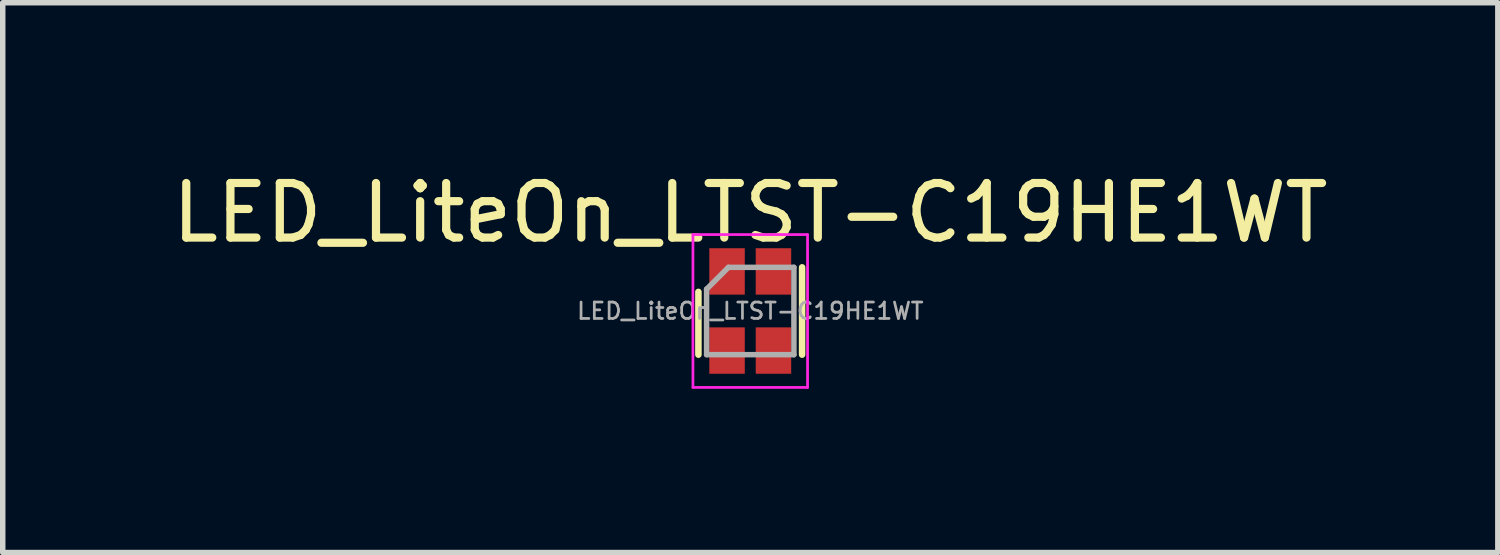
<source format=kicad_pcb>
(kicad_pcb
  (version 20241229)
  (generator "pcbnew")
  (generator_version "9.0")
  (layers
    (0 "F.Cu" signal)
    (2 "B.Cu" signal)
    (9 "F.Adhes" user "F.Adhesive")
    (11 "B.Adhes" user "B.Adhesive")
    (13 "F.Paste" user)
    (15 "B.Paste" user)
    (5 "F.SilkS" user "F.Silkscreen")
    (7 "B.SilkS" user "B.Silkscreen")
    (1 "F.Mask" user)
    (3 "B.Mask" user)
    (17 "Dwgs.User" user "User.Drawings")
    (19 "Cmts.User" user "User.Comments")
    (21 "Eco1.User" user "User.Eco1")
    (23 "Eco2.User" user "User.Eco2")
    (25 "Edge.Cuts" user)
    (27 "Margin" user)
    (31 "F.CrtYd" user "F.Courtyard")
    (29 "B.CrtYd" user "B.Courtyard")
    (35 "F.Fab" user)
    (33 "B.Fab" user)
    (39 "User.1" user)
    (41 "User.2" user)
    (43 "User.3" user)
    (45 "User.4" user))
  (footprint "LED_LiteOn_LTST-C19HE1WT"
    (layer "F.Cu")
    (at 10.696 2.648)
    (property "Reference" "LED_LiteOn_LTST-C19HE1WT" (at 0 -1.8 0) (layer "F.SilkS") (effects (font (size 1 1) (thickness 0.15))))
    (attr smd)
    (fp_line (start -0.95 -0.35) (end -0.95 0.8) (stroke (width 0.12) (type solid)) (layer "F.SilkS"))
    (fp_line (start 0.95 -0.8) (end 0.95 0.8) (stroke (width 0.12) (type solid)) (layer "F.SilkS"))
    (fp_line (start -1.05 -1.4) (end 1.05 -1.4) (stroke (width 0.05) (type solid)) (layer "F.CrtYd"))
    (fp_line (start -1.05 1.4) (end -1.05 -1.4) (stroke (width 0.05) (type solid)) (layer "F.CrtYd"))
    (fp_line (start 1.05 -1.4) (end 1.05 1.4) (stroke (width 0.05) (type solid)) (layer "F.CrtYd"))
    (fp_line (start 1.05 1.4) (end -1.05 1.4) (stroke (width 0.05) (type solid)) (layer "F.CrtYd"))
    (fp_line (start -0.8 -0.4) (end -0.8 0.8) (stroke (width 0.1) (type solid)) (layer "F.Fab"))
    (fp_line (start -0.8 0.8) (end 0.8 0.8) (stroke (width 0.1) (type solid)) (layer "F.Fab"))
    (fp_line (start -0.4 -0.8) (end -0.8 -0.4) (stroke (width 0.1) (type solid)) (layer "F.Fab"))
    (fp_line (start 0.8 -0.8) (end -0.4 -0.8) (stroke (width 0.1) (type solid)) (layer "F.Fab"))
    (fp_line (start 0.8 0.8) (end 0.8 -0.8) (stroke (width 0.1) (type solid)) (layer "F.Fab"))
    (fp_text user "${REFERENCE}" (at 0 0 0) (layer "F.Fab") (effects (font (size 0.3 0.3) (thickness 0.05))))
    (pad "1" smd rect (at 0.425 -0.725) (size 0.65 0.85) (layers "F.Cu" "F.Mask" "F.Paste"))
    (pad "2" smd rect (at -0.425 -0.725) (size 0.65 0.85) (layers "F.Cu" "F.Mask" "F.Paste"))
    (pad "3" smd rect (at -0.425 0.725) (size 0.65 0.85) (layers "F.Cu" "F.Mask" "F.Paste"))
    (pad "4" smd rect (at 0.425 0.725) (size 0.65 0.85) (layers "F.Cu" "F.Mask" "F.Paste")))
  (gr_rect
    (start -3 -3)
    (end 24.393 7.073)
    (stroke (width 0.1) (type default))
    (fill no)
    (layer "Edge.Cuts")))
</source>
